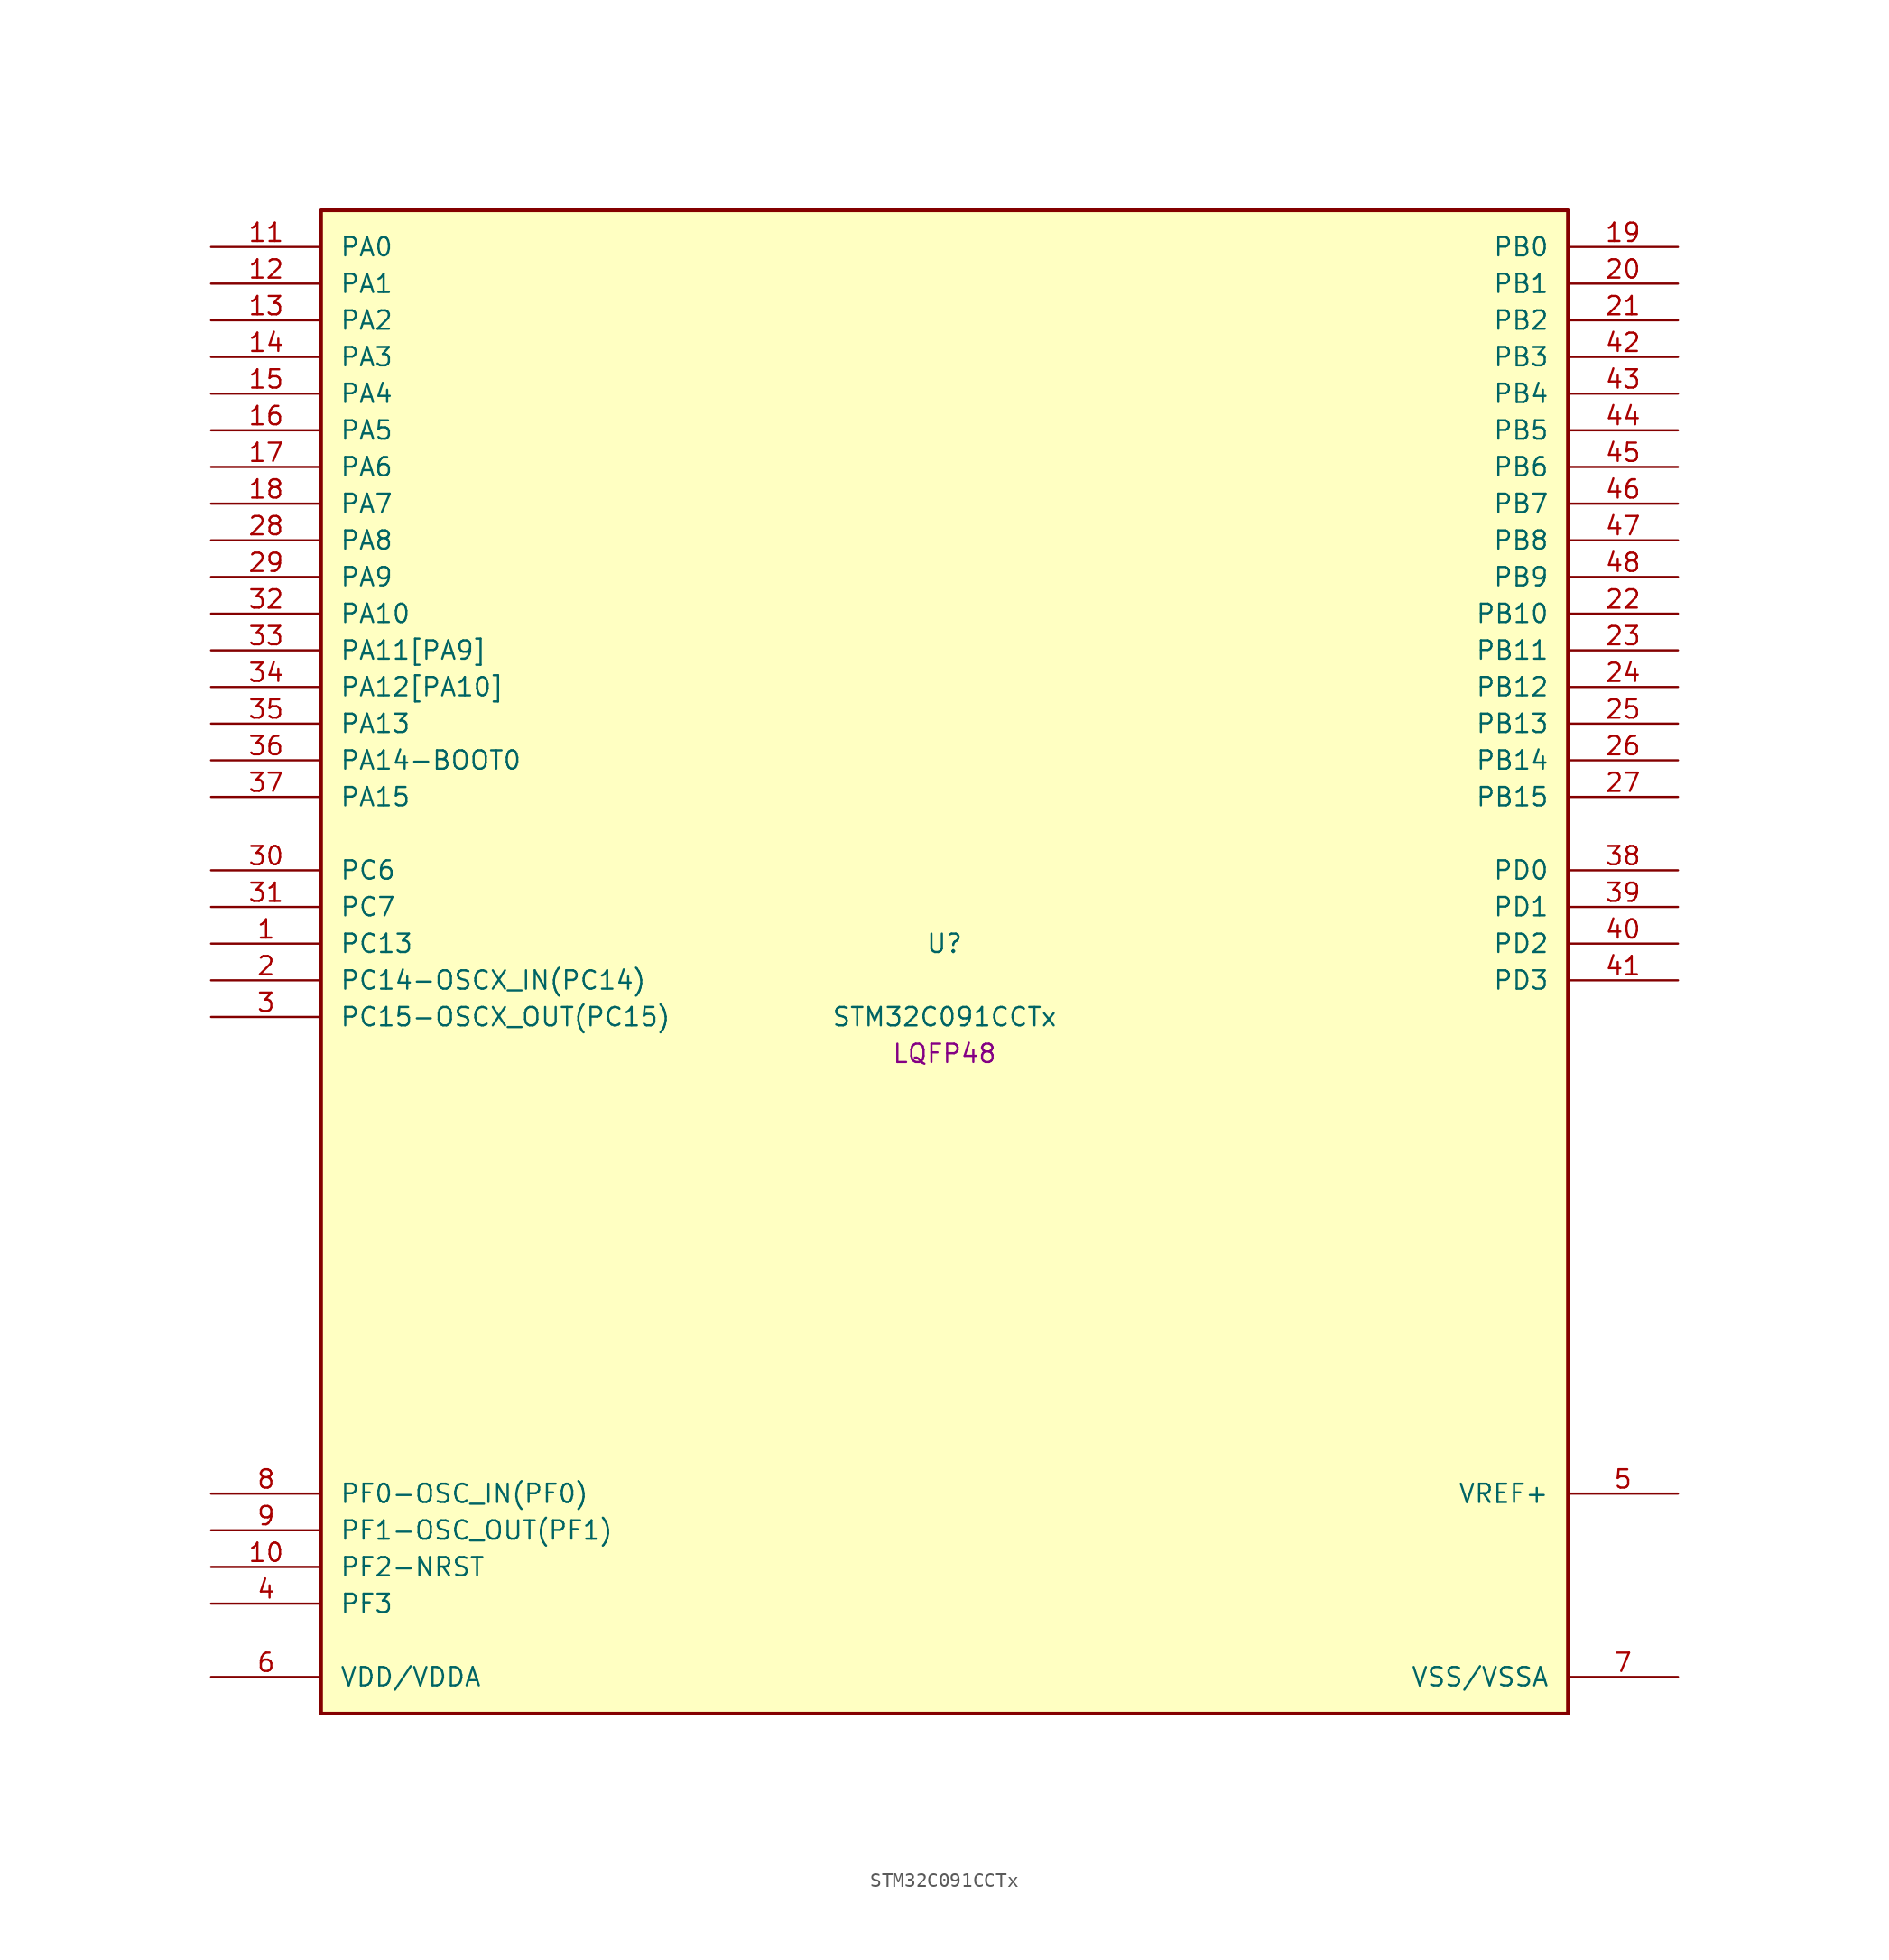
<source format=kicad_sym>
(kicad_symbol_lib
  (version 20241209)
  (generator "stm32_pkl_generator")
  (generator_version "1.0")
  (symbol "STM32C091CCTx"
    (pin_names
      (offset 1.27))
    (property "Reference" "U"
      (at 0 2.54 0))
    (property "Value" "STM32C091CCTx"
      (at 0 -2.54 0))
    (property "Footprint" "LQFP48"
      (at 0 -5.08 0))
    (symbol "STM32C091CCTx_1_1"
      (rectangle (start -43.18 53.34) (end 43.18 -50.8) (stroke (width 0.254) (type solid)) (fill (type background)))
      (pin bidirectional line (at -50.8 50.8 0) (length 7.62) (name "PA0") (number "11") (alternate "PA0/ADC1_IN0" bidirectional line) (alternate "PA0/PWR_WKUP1" bidirectional line) (alternate "PA0/SPI2_SCK" bidirectional line) (alternate "PA0/TIM16_CH1" bidirectional line) (alternate "PA0/TIM1_CH1" bidirectional line) (alternate "PA0/TIM2_CH1" bidirectional line) (alternate "PA0/TIM2_ETR" bidirectional line) (alternate "PA0/USART1_TX" bidirectional line) (alternate "PA0/USART2_CTS" bidirectional line) (alternate "PA0/USART2_NSS" bidirectional line) (alternate "PA0/USART4_TX" bidirectional line))
      (pin bidirectional line (at -50.8 48.26 0) (length 7.62) (name "PA1") (number "12") (alternate "PA1/ADC1_IN1" bidirectional line) (alternate "PA1/I2C1_SMBA" bidirectional line) (alternate "PA1/I2S1_CK" bidirectional line) (alternate "PA1/SPI1_SCK" bidirectional line) (alternate "PA1/TIM15_CH1N" bidirectional line) (alternate "PA1/TIM17_CH1" bidirectional line) (alternate "PA1/TIM1_CH2" bidirectional line) (alternate "PA1/TIM2_CH2" bidirectional line) (alternate "PA1/USART1_RX" bidirectional line) (alternate "PA1/USART2_CK" bidirectional line) (alternate "PA1/USART2_DE" bidirectional line) (alternate "PA1/USART2_RTS" bidirectional line) (alternate "PA1/USART4_RX" bidirectional line))
      (pin bidirectional line (at -50.8 45.72 0) (length 7.62) (name "PA2") (number "13") (alternate "PA2/ADC1_IN2" bidirectional line) (alternate "PA2/I2S1_SD" bidirectional line) (alternate "PA2/PWR_WKUP4" bidirectional line) (alternate "PA2/RCC_LSCO" bidirectional line) (alternate "PA2/SPI1_MOSI" bidirectional line) (alternate "PA2/TIM15_CH1" bidirectional line) (alternate "PA2/TIM16_CH1N" bidirectional line) (alternate "PA2/TIM1_CH3" bidirectional line) (alternate "PA2/TIM2_CH3" bidirectional line) (alternate "PA2/TIM3_ETR" bidirectional line) (alternate "PA2/USART2_TX" bidirectional line))
      (pin bidirectional line (at -50.8 43.18 0) (length 7.62) (name "PA3") (number "14") (alternate "PA3/ADC1_IN3" bidirectional line) (alternate "PA3/SPI2_MISO" bidirectional line) (alternate "PA3/TIM15_CH2" bidirectional line) (alternate "PA3/TIM1_CH1N" bidirectional line) (alternate "PA3/TIM1_CH4" bidirectional line) (alternate "PA3/TIM2_CH4" bidirectional line) (alternate "PA3/USART2_RX" bidirectional line))
      (pin bidirectional line (at -50.8 40.64 0) (length 7.62) (name "PA4") (number "15") (alternate "PA4/ADC1_IN4" bidirectional line) (alternate "PA4/I2S1_WS" bidirectional line) (alternate "PA4/RTC_OUT2" bidirectional line) (alternate "PA4/SPI1_NSS" bidirectional line) (alternate "PA4/SPI2_MOSI" bidirectional line) (alternate "PA4/TIM14_CH1" bidirectional line) (alternate "PA4/TIM17_CH1N" bidirectional line) (alternate "PA4/TIM1_CH2N" bidirectional line) (alternate "PA4/USART2_TX" bidirectional line))
      (pin bidirectional line (at -50.8 38.1 0) (length 7.62) (name "PA5") (number "16") (alternate "PA5/ADC1_IN5" bidirectional line) (alternate "PA5/I2S1_CK" bidirectional line) (alternate "PA5/SPI1_SCK" bidirectional line) (alternate "PA5/TIM1_CH1" bidirectional line) (alternate "PA5/TIM1_CH3N" bidirectional line) (alternate "PA5/TIM2_CH1" bidirectional line) (alternate "PA5/TIM2_ETR" bidirectional line) (alternate "PA5/USART2_RX" bidirectional line) (alternate "PA5/USART3_TX" bidirectional line))
      (pin bidirectional line (at -50.8 35.56 0) (length 7.62) (name "PA6") (number "17") (alternate "PA6/ADC1_IN6" bidirectional line) (alternate "PA6/I2C2_SDA" bidirectional line) (alternate "PA6/I2S1_MCK" bidirectional line) (alternate "PA6/SPI1_MISO" bidirectional line) (alternate "PA6/TIM16_CH1" bidirectional line) (alternate "PA6/TIM1_BKIN" bidirectional line) (alternate "PA6/TIM3_CH1" bidirectional line) (alternate "PA6/USART3_CTS" bidirectional line) (alternate "PA6/USART3_NSS" bidirectional line))
      (pin bidirectional line (at -50.8 33.02 0) (length 7.62) (name "PA7") (number "18") (alternate "PA7/ADC1_IN7" bidirectional line) (alternate "PA7/I2C2_SCL" bidirectional line) (alternate "PA7/I2S1_SD" bidirectional line) (alternate "PA7/SPI1_MOSI" bidirectional line) (alternate "PA7/TIM14_CH1" bidirectional line) (alternate "PA7/TIM17_CH1" bidirectional line) (alternate "PA7/TIM1_CH1N" bidirectional line) (alternate "PA7/TIM3_CH2" bidirectional line))
      (pin bidirectional line (at -50.8 30.48 0) (length 7.62) (name "PA8") (number "28") (alternate "PA8/ADC1_IN8" bidirectional line) (alternate "PA8/I2S1_WS" bidirectional line) (alternate "PA8/RCC_MCO" bidirectional line) (alternate "PA8/RCC_MCO_2" bidirectional line) (alternate "PA8/SPI1_NSS" bidirectional line) (alternate "PA8/SPI2_MISO" bidirectional line) (alternate "PA8/SPI2_NSS" bidirectional line) (alternate "PA8/TIM14_CH1" bidirectional line) (alternate "PA8/TIM1_CH1" bidirectional line) (alternate "PA8/TIM1_CH2N" bidirectional line) (alternate "PA8/TIM1_CH3N" bidirectional line) (alternate "PA8/TIM3_CH3" bidirectional line) (alternate "PA8/TIM3_CH4" bidirectional line) (alternate "PA8/USART1_RX" bidirectional line) (alternate "PA8/USART2_TX" bidirectional line))
      (pin bidirectional line (at -50.8 27.94 0) (length 7.62) (name "PA9") (number "29") (alternate "PA9/I2C1_SCL" bidirectional line) (alternate "PA9/I2C2_SCL" bidirectional line) (alternate "PA9/RCC_MCO" bidirectional line) (alternate "PA9/SPI2_MISO" bidirectional line) (alternate "PA9/TIM15_BKIN" bidirectional line) (alternate "PA9/TIM1_CH2" bidirectional line) (alternate "PA9/TIM3_ETR" bidirectional line) (alternate "PA9/USART1_TX" bidirectional line) (alternate "PA9/NC" bidirectional line))
      (pin bidirectional line (at -50.8 25.4 0) (length 7.62) (name "PA10") (number "32") (alternate "PA10/I2C1_SDA" bidirectional line) (alternate "PA10/I2C2_SDA" bidirectional line) (alternate "PA10/RCC_MCO_2" bidirectional line) (alternate "PA10/SPI2_MOSI" bidirectional line) (alternate "PA10/TIM17_BKIN" bidirectional line) (alternate "PA10/TIM1_CH3" bidirectional line) (alternate "PA10/USART1_RX" bidirectional line) (alternate "PA10/NC" bidirectional line))
      (pin bidirectional line (at -50.8 22.86 0) (length 7.62) (name "PA11[PA9]") (number "33") (alternate "PA11[PA9]/ADC1_EXTI11" bidirectional line) (alternate "PA11[PA9]/I2C2_SCL" bidirectional line) (alternate "PA11[PA9]/I2S1_MCK" bidirectional line) (alternate "PA11[PA9]/SPI1_MISO" bidirectional line) (alternate "PA11[PA9]/TIM1_BKIN2" bidirectional line) (alternate "PA11[PA9]/TIM1_CH4" bidirectional line) (alternate "PA11[PA9]/USART1_CTS" bidirectional line) (alternate "PA11[PA9]/USART1_NSS" bidirectional line) (alternate "PA11[PA9]/PA9[PA11]" bidirectional line) (alternate "PA11[PA9]/I2C1_SCL" bidirectional line) (alternate "PA11[PA9]/RCC_MCO" bidirectional line) (alternate "PA11[PA9]/SPI2_MISO" bidirectional line) (alternate "PA11[PA9]/TIM15_BKIN" bidirectional line) (alternate "PA11[PA9]/TIM1_CH2" bidirectional line) (alternate "PA11[PA9]/TIM3_ETR" bidirectional line) (alternate "PA11[PA9]/USART1_TX" bidirectional line))
      (pin bidirectional line (at -50.8 20.32 0) (length 7.62) (name "PA12[PA10]") (number "34") (alternate "PA12[PA10]/I2C2_SDA" bidirectional line) (alternate "PA12[PA10]/I2S1_SD" bidirectional line) (alternate "PA12[PA10]/I2S_CKIN" bidirectional line) (alternate "PA12[PA10]/SPI1_MOSI" bidirectional line) (alternate "PA12[PA10]/TIM1_ETR" bidirectional line) (alternate "PA12[PA10]/USART1_CK" bidirectional line) (alternate "PA12[PA10]/USART1_DE" bidirectional line) (alternate "PA12[PA10]/USART1_RTS" bidirectional line) (alternate "PA12[PA10]/PA10[PA12]" bidirectional line) (alternate "PA12[PA10]/I2C1_SDA" bidirectional line) (alternate "PA12[PA10]/RCC_MCO_2" bidirectional line) (alternate "PA12[PA10]/SPI2_MOSI" bidirectional line) (alternate "PA12[PA10]/TIM17_BKIN" bidirectional line) (alternate "PA12[PA10]/TIM1_CH3" bidirectional line) (alternate "PA12[PA10]/USART1_RX" bidirectional line))
      (pin bidirectional line (at -50.8 17.78 0) (length 7.62) (name "PA13") (number "35") (alternate "PA13/ADC1_IN13" bidirectional line) (alternate "PA13/DEBUG_SWDIO" bidirectional line) (alternate "PA13/IR_OUT" bidirectional line) (alternate "PA13/TIM3_ETR" bidirectional line) (alternate "PA13/USART2_RX" bidirectional line))
      (pin bidirectional line (at -50.8 15.24 0) (length 7.62) (name "PA14-BOOT0") (number "36") (alternate "PA14-BOOT0/ADC1_IN14" bidirectional line) (alternate "PA14-BOOT0/BOOT0" bidirectional line) (alternate "PA14-BOOT0/DEBUG_SWCLK" bidirectional line) (alternate "PA14-BOOT0/I2S1_WS" bidirectional line) (alternate "PA14-BOOT0/RCC_MCO_2" bidirectional line) (alternate "PA14-BOOT0/SPI1_NSS" bidirectional line) (alternate "PA14-BOOT0/TIM1_CH1" bidirectional line) (alternate "PA14-BOOT0/USART1_CK" bidirectional line) (alternate "PA14-BOOT0/USART1_DE" bidirectional line) (alternate "PA14-BOOT0/USART1_RTS" bidirectional line) (alternate "PA14-BOOT0/USART2_RX" bidirectional line) (alternate "PA14-BOOT0/USART2_TX" bidirectional line))
      (pin bidirectional line (at -50.8 12.7 0) (length 7.62) (name "PA15") (number "37") (alternate "PA15/I2S1_WS" bidirectional line) (alternate "PA15/RCC_MCO_2" bidirectional line) (alternate "PA15/SPI1_NSS" bidirectional line) (alternate "PA15/TIM1_CH1" bidirectional line) (alternate "PA15/TIM2_CH1" bidirectional line) (alternate "PA15/TIM2_ETR" bidirectional line) (alternate "PA15/USART1_CK" bidirectional line) (alternate "PA15/USART1_DE" bidirectional line) (alternate "PA15/USART1_RTS" bidirectional line) (alternate "PA15/USART2_RX" bidirectional line) (alternate "PA15/USART3_CK" bidirectional line) (alternate "PA15/USART3_DE" bidirectional line) (alternate "PA15/USART3_RTS" bidirectional line) (alternate "PA15/USART4_CK" bidirectional line) (alternate "PA15/USART4_DE" bidirectional line) (alternate "PA15/USART4_RTS" bidirectional line))
      (pin bidirectional line (at 50.8 50.8 180) (length 7.62) (name "PB0") (number "19") (alternate "PB0/ADC1_IN17" bidirectional line) (alternate "PB0/I2S1_WS" bidirectional line) (alternate "PB0/SPI1_NSS" bidirectional line) (alternate "PB0/TIM1_CH2N" bidirectional line) (alternate "PB0/TIM3_CH3" bidirectional line) (alternate "PB0/USART3_RX" bidirectional line))
      (pin bidirectional line (at 50.8 48.26 180) (length 7.62) (name "PB1") (number "20") (alternate "PB1/ADC1_IN18" bidirectional line) (alternate "PB1/TIM14_CH1" bidirectional line) (alternate "PB1/TIM1_CH2N" bidirectional line) (alternate "PB1/TIM1_CH3N" bidirectional line) (alternate "PB1/TIM3_CH4" bidirectional line) (alternate "PB1/USART3_CK" bidirectional line) (alternate "PB1/USART3_DE" bidirectional line) (alternate "PB1/USART3_RTS" bidirectional line))
      (pin bidirectional line (at 50.8 45.72 180) (length 7.62) (name "PB2") (number "21") (alternate "PB2/ADC1_IN19" bidirectional line) (alternate "PB2/RCC_MCO_2" bidirectional line) (alternate "PB2/SPI2_MISO" bidirectional line) (alternate "PB2/USART1_RX" bidirectional line) (alternate "PB2/USART3_TX" bidirectional line))
      (pin bidirectional line (at 50.8 43.18 180) (length 7.62) (name "PB3") (number "42") (alternate "PB3/I2C2_SCL" bidirectional line) (alternate "PB3/I2S1_CK" bidirectional line) (alternate "PB3/SPI1_SCK" bidirectional line) (alternate "PB3/TIM1_CH2" bidirectional line) (alternate "PB3/TIM2_CH2" bidirectional line) (alternate "PB3/TIM3_CH2" bidirectional line) (alternate "PB3/USART1_CK" bidirectional line) (alternate "PB3/USART1_DE" bidirectional line) (alternate "PB3/USART1_RTS" bidirectional line))
      (pin bidirectional line (at 50.8 40.64 180) (length 7.62) (name "PB4") (number "43") (alternate "PB4/I2C2_SDA" bidirectional line) (alternate "PB4/I2S1_MCK" bidirectional line) (alternate "PB4/SPI1_MISO" bidirectional line) (alternate "PB4/TIM17_BKIN" bidirectional line) (alternate "PB4/TIM3_CH1" bidirectional line) (alternate "PB4/USART1_CTS" bidirectional line) (alternate "PB4/USART1_NSS" bidirectional line))
      (pin bidirectional line (at 50.8 38.1 180) (length 7.62) (name "PB5") (number "44") (alternate "PB5/I2C1_SMBA" bidirectional line) (alternate "PB5/I2S1_SD" bidirectional line) (alternate "PB5/PWR_WKUP6" bidirectional line) (alternate "PB5/SPI1_MOSI" bidirectional line) (alternate "PB5/TIM16_BKIN" bidirectional line) (alternate "PB5/TIM3_CH2" bidirectional line) (alternate "PB5/TIM3_CH3" bidirectional line))
      (pin bidirectional line (at 50.8 35.56 180) (length 7.62) (name "PB6") (number "45") (alternate "PB6/I2C1_SCL" bidirectional line) (alternate "PB6/I2C1_SMBA" bidirectional line) (alternate "PB6/I2S1_CK" bidirectional line) (alternate "PB6/I2S1_MCK" bidirectional line) (alternate "PB6/I2S1_SD" bidirectional line) (alternate "PB6/PWR_WKUP3" bidirectional line) (alternate "PB6/SPI1_MISO" bidirectional line) (alternate "PB6/SPI1_MOSI" bidirectional line) (alternate "PB6/SPI1_SCK" bidirectional line) (alternate "PB6/SPI2_MISO" bidirectional line) (alternate "PB6/TIM16_BKIN" bidirectional line) (alternate "PB6/TIM16_CH1N" bidirectional line) (alternate "PB6/TIM1_CH2" bidirectional line) (alternate "PB6/TIM1_CH3" bidirectional line) (alternate "PB6/TIM3_CH1" bidirectional line) (alternate "PB6/TIM3_CH2" bidirectional line) (alternate "PB6/TIM3_CH3" bidirectional line) (alternate "PB6/USART1_CTS" bidirectional line) (alternate "PB6/USART1_NSS" bidirectional line) (alternate "PB6/USART1_TX" bidirectional line))
      (pin bidirectional line (at 50.8 33.02 180) (length 7.62) (name "PB7") (number "46") (alternate "PB7/I2C1_SCL" bidirectional line) (alternate "PB7/I2C1_SDA" bidirectional line) (alternate "PB7/SPI2_MOSI" bidirectional line) (alternate "PB7/TIM16_CH1" bidirectional line) (alternate "PB7/TIM17_CH1N" bidirectional line) (alternate "PB7/TIM1_CH4" bidirectional line) (alternate "PB7/TIM3_CH1" bidirectional line) (alternate "PB7/TIM3_CH4" bidirectional line) (alternate "PB7/USART1_RX" bidirectional line) (alternate "PB7/USART2_CTS" bidirectional line) (alternate "PB7/USART2_NSS" bidirectional line) (alternate "PB7/USART4_CTS" bidirectional line) (alternate "PB7/USART4_NSS" bidirectional line))
      (pin bidirectional line (at 50.8 30.48 180) (length 7.62) (name "PB8") (number "47") (alternate "PB8/I2C1_SCL" bidirectional line) (alternate "PB8/SPI2_SCK" bidirectional line) (alternate "PB8/TIM15_BKIN" bidirectional line) (alternate "PB8/TIM16_CH1" bidirectional line) (alternate "PB8/TIM3_CH1" bidirectional line) (alternate "PB8/USART2_CTS" bidirectional line) (alternate "PB8/USART2_NSS" bidirectional line) (alternate "PB8/USART3_TX" bidirectional line))
      (pin bidirectional line (at 50.8 27.94 180) (length 7.62) (name "PB9") (number "48") (alternate "PB9/I2C1_SDA" bidirectional line) (alternate "PB9/IR_OUT" bidirectional line) (alternate "PB9/SPI2_NSS" bidirectional line) (alternate "PB9/TIM17_CH1" bidirectional line) (alternate "PB9/TIM3_CH2" bidirectional line) (alternate "PB9/USART2_CK" bidirectional line) (alternate "PB9/USART2_DE" bidirectional line) (alternate "PB9/USART2_RTS" bidirectional line) (alternate "PB9/USART3_RX" bidirectional line))
      (pin bidirectional line (at 50.8 25.4 180) (length 7.62) (name "PB10") (number "22") (alternate "PB10/ADC1_IN20" bidirectional line) (alternate "PB10/I2C2_SCL" bidirectional line) (alternate "PB10/SPI2_SCK" bidirectional line) (alternate "PB10/TIM2_CH3" bidirectional line) (alternate "PB10/USART3_TX" bidirectional line))
      (pin bidirectional line (at 50.8 22.86 180) (length 7.62) (name "PB11") (number "23") (alternate "PB11/ADC1_EXTI11" bidirectional line) (alternate "PB11/ADC1_IN21" bidirectional line) (alternate "PB11/I2C2_SDA" bidirectional line) (alternate "PB11/SPI2_MOSI" bidirectional line) (alternate "PB11/TIM2_CH4" bidirectional line) (alternate "PB11/USART3_RX" bidirectional line))
      (pin bidirectional line (at 50.8 20.32 180) (length 7.62) (name "PB12") (number "24") (alternate "PB12/ADC1_IN22" bidirectional line) (alternate "PB12/SPI2_NSS" bidirectional line) (alternate "PB12/TIM15_BKIN" bidirectional line) (alternate "PB12/TIM1_BKIN" bidirectional line) (alternate "PB12/TIM1_BKIN2" bidirectional line))
      (pin bidirectional line (at 50.8 17.78 180) (length 7.62) (name "PB13") (number "25") (alternate "PB13/I2C2_SCL" bidirectional line) (alternate "PB13/SPI2_SCK" bidirectional line) (alternate "PB13/TIM15_CH1N" bidirectional line) (alternate "PB13/TIM1_CH1N" bidirectional line) (alternate "PB13/USART3_CTS" bidirectional line) (alternate "PB13/USART3_NSS" bidirectional line))
      (pin bidirectional line (at 50.8 15.24 180) (length 7.62) (name "PB14") (number "26") (alternate "PB14/I2C2_SDA" bidirectional line) (alternate "PB14/SPI2_MISO" bidirectional line) (alternate "PB14/TIM15_CH1" bidirectional line) (alternate "PB14/TIM1_CH2N" bidirectional line) (alternate "PB14/USART3_CK" bidirectional line) (alternate "PB14/USART3_DE" bidirectional line) (alternate "PB14/USART3_RTS" bidirectional line))
      (pin bidirectional line (at 50.8 12.7 180) (length 7.62) (name "PB15") (number "27") (alternate "PB15/RTC_REFIN" bidirectional line) (alternate "PB15/SPI2_MOSI" bidirectional line) (alternate "PB15/TIM15_CH1N" bidirectional line) (alternate "PB15/TIM15_CH2" bidirectional line) (alternate "PB15/TIM1_CH3N" bidirectional line))
      (pin bidirectional line (at -50.8 7.62 0) (length 7.62) (name "PC6") (number "30") (alternate "PC6/TIM2_CH3" bidirectional line) (alternate "PC6/TIM3_CH1" bidirectional line))
      (pin bidirectional line (at -50.8 5.08 0) (length 7.62) (name "PC7") (number "31") (alternate "PC7/TIM2_CH4" bidirectional line) (alternate "PC7/TIM3_CH2" bidirectional line))
      (pin bidirectional line (at -50.8 2.54 0) (length 7.62) (name "PC13") (number "1") (alternate "PC13/PWR_WKUP2" bidirectional line) (alternate "PC13/RTC_OUT1" bidirectional line) (alternate "PC13/RTC_TS" bidirectional line) (alternate "PC13/TIM1_BKIN" bidirectional line) (alternate "PC13/TIM1_ETR" bidirectional line))
      (pin bidirectional line (at -50.8 0 0) (length 7.62) (name "PC14-OSCX_IN(PC14)") (number "2") (alternate "PC14-OSCX_IN(PC14)/I2C1_SDA" bidirectional line) (alternate "PC14-OSCX_IN(PC14)/IR_OUT" bidirectional line) (alternate "PC14-OSCX_IN(PC14)/RCC_OSCX_IN" bidirectional line) (alternate "PC14-OSCX_IN(PC14)/SPI2_NSS" bidirectional line) (alternate "PC14-OSCX_IN(PC14)/TIM17_CH1" bidirectional line) (alternate "PC14-OSCX_IN(PC14)/TIM1_BKIN2" bidirectional line) (alternate "PC14-OSCX_IN(PC14)/TIM1_ETR" bidirectional line) (alternate "PC14-OSCX_IN(PC14)/TIM3_CH2" bidirectional line) (alternate "PC14-OSCX_IN(PC14)/USART1_TX" bidirectional line) (alternate "PC14-OSCX_IN(PC14)/USART2_CK" bidirectional line) (alternate "PC14-OSCX_IN(PC14)/USART2_DE" bidirectional line) (alternate "PC14-OSCX_IN(PC14)/USART2_RTS" bidirectional line) (alternate "PC14-OSCX_IN(PC14)/USART3_TX" bidirectional line))
      (pin bidirectional line (at -50.8 -2.54 0) (length 7.62) (name "PC15-OSCX_OUT(PC15)") (number "3") (alternate "PC15-OSCX_OUT(PC15)/RCC_OSC32_EN" bidirectional line) (alternate "PC15-OSCX_OUT(PC15)/RCC_OSCX_OUT" bidirectional line) (alternate "PC15-OSCX_OUT(PC15)/RCC_OSC_EN" bidirectional line) (alternate "PC15-OSCX_OUT(PC15)/TIM15_BKIN" bidirectional line) (alternate "PC15-OSCX_OUT(PC15)/TIM1_ETR" bidirectional line) (alternate "PC15-OSCX_OUT(PC15)/TIM3_CH3" bidirectional line))
      (pin bidirectional line (at 50.8 7.62 180) (length 7.62) (name "PD0") (number "38") (alternate "PD0/SPI2_NSS" bidirectional line) (alternate "PD0/TIM16_CH1" bidirectional line))
      (pin bidirectional line (at 50.8 5.08 180) (length 7.62) (name "PD1") (number "39") (alternate "PD1/SPI2_SCK" bidirectional line) (alternate "PD1/TIM17_CH1" bidirectional line))
      (pin bidirectional line (at 50.8 2.54 180) (length 7.62) (name "PD2") (number "40") (alternate "PD2/TIM1_CH1N" bidirectional line) (alternate "PD2/TIM3_ETR" bidirectional line) (alternate "PD2/USART3_CK" bidirectional line) (alternate "PD2/USART3_DE" bidirectional line) (alternate "PD2/USART3_RTS" bidirectional line))
      (pin bidirectional line (at 50.8 0 180) (length 7.62) (name "PD3") (number "41") (alternate "PD3/SPI2_MISO" bidirectional line) (alternate "PD3/TIM1_CH2N" bidirectional line) (alternate "PD3/USART2_CTS" bidirectional line) (alternate "PD3/USART2_NSS" bidirectional line))
      (pin bidirectional line (at -50.8 -35.56 0) (length 7.62) (name "PF0-OSC_IN(PF0)") (number "8") (alternate "PF0-OSC_IN(PF0)/RCC_OSC_IN" bidirectional line) (alternate "PF0-OSC_IN(PF0)/TIM14_CH1" bidirectional line))
      (pin bidirectional line (at -50.8 -38.1 0) (length 7.62) (name "PF1-OSC_OUT(PF1)") (number "9") (alternate "PF1-OSC_OUT(PF1)/RCC_OSC_EN" bidirectional line) (alternate "PF1-OSC_OUT(PF1)/RCC_OSC_OUT" bidirectional line) (alternate "PF1-OSC_OUT(PF1)/TIM15_CH1N" bidirectional line))
      (pin bidirectional line (at -50.8 -40.64 0) (length 7.62) (name "PF2-NRST") (number "10") (alternate "PF2-NRST/RCC_MCO" bidirectional line) (alternate "PF2-NRST/TIM1_CH4" bidirectional line))
      (pin bidirectional line (at -50.8 -43.18 0) (length 7.62) (name "PF3") (number "4"))
      (pin bidirectional line (at 50.8 -35.56 180) (length 7.62) (name "VREF+") (number "5"))
      (pin power_in line (at -50.8 -48.26 0) (length 7.62) (name "VDD/VDDA") (number "6"))
      (pin power_in line (at 50.8 -48.26 180) (length 7.62) (name "VSS/VSSA") (number "7")))))
</source>
